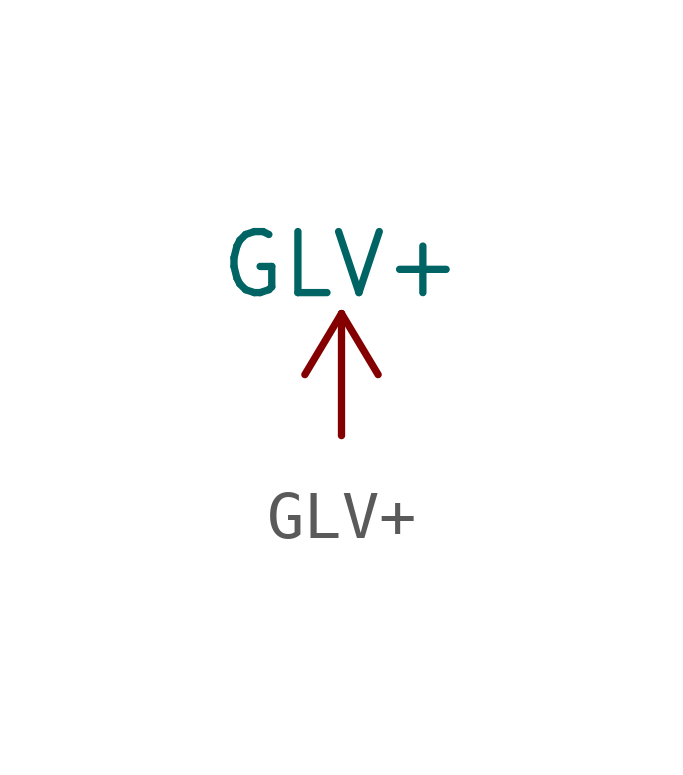
<source format=kicad_sym>
(kicad_symbol_lib
  (version 20211014)
  (generator kicad_symbol_editor)
  (symbol "GLV+"
    (power)
    (pin_names
      (offset 0))
    (property "Reference" "#PWR"
      (at 0 -3.81 0)
      (effects (font (size 1.27 1.27)) hide))
    (property "Value" "GLV+"
      (at 0 3.556 0)
      (effects (font (size 1.27 1.27))))
    (symbol "GLV+_0_1"
      (polyline (pts (xy -0.762 1.27) (xy 0 2.54)) (stroke (width 0) (type default) (color 0 0 0 0)) (fill (type none)))
      (polyline (pts (xy 0 0) (xy 0 2.54)) (stroke (width 0) (type default) (color 0 0 0 0)) (fill (type none)))
      (polyline (pts (xy 0 2.54) (xy 0.762 1.27)) (stroke (width 0) (type default) (color 0 0 0 0)) (fill (type none))))
    (symbol "GLV+_1_1"
      (pin power_in line (at 0 0 90) (length 0) hide (name "GLV+" (effects (font (size 1.27 1.27)))) (number "1" (effects (font (size 1.27 1.27))))))))
</source>
